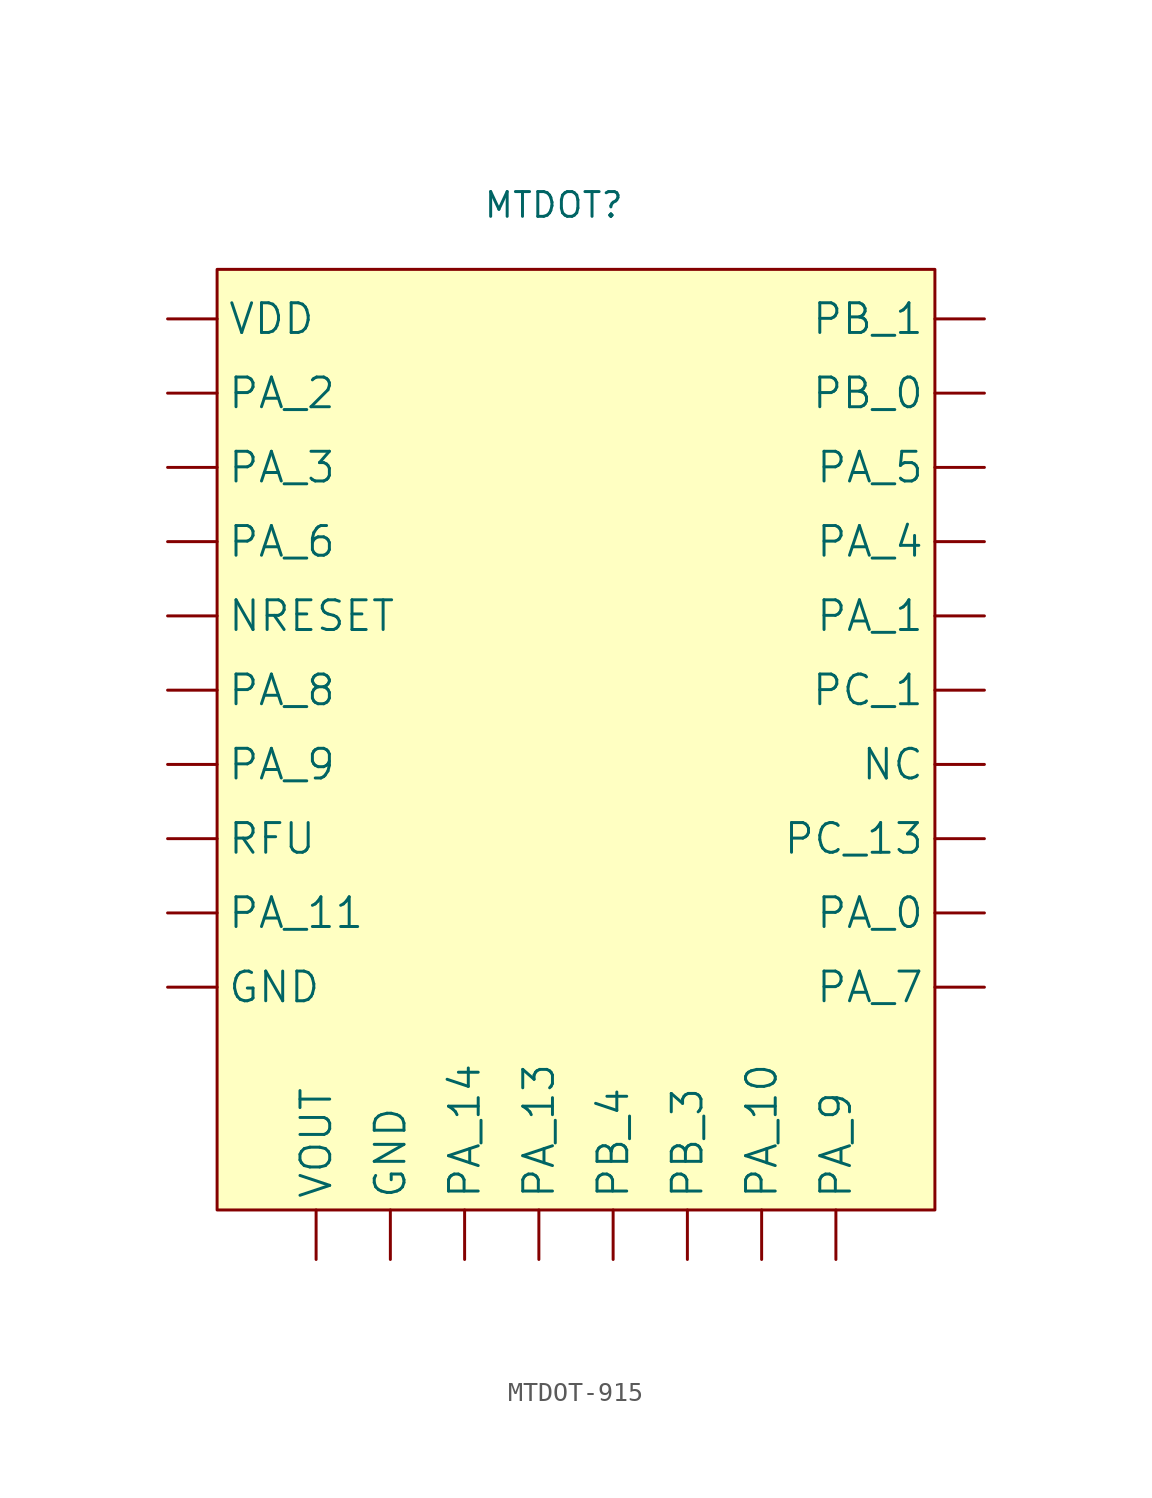
<source format=kicad_sym>
(kicad_symbol_lib
  (version 20241209)
  (generator "kicad_symbol_editor")
  (generator_version "9.0")
  (symbol "MTDOT-915"
    (property "Reference" "MTDOT"
      (at 17.272 51.562 0)
      (effects (font (size 1.27 1.27))))
    (property "Value" ""
      (at 0 0 0)
      (effects (font (size 1.27 1.27))))
    (symbol "MTDOT-915_1_0"
      (pin input line (at -2.54 45.72 0) (length 2.54) (name "VDD" (effects (font (size 1.524 1.524)))) (number "" (effects (font (size 0 0)))))
      (pin input line (at -2.54 41.91 0) (length 2.54) (name "PA_2" (effects (font (size 1.524 1.524)))) (number "" (effects (font (size 0 0)))))
      (pin input line (at -2.54 38.1 0) (length 2.54) (name "PA_3" (effects (font (size 1.524 1.524)))) (number "" (effects (font (size 0 0)))))
      (pin input line (at -2.54 34.29 0) (length 2.54) (name "PA_6" (effects (font (size 1.524 1.524)))) (number "" (effects (font (size 0 0)))))
      (pin input line (at -2.54 30.48 0) (length 2.54) (name "NRESET" (effects (font (size 1.524 1.524)))) (number "" (effects (font (size 0 0)))))
      (pin input line (at -2.54 26.67 0) (length 2.54) (name "PA_8" (effects (font (size 1.524 1.524)))) (number "" (effects (font (size 0 0)))))
      (pin input line (at -2.54 22.86 0) (length 2.54) (name "PA_9" (effects (font (size 1.524 1.524)))) (number "" (effects (font (size 0 0)))))
      (pin input line (at -2.54 19.05 0) (length 2.54) (name "RFU" (effects (font (size 1.524 1.524)))) (number "" (effects (font (size 0 0)))))
      (pin input line (at -2.54 15.24 0) (length 2.54) (name "PA_11" (effects (font (size 1.524 1.524)))) (number "" (effects (font (size 0 0)))))
      (pin input line (at -2.54 11.43 0) (length 2.54) (name "GND" (effects (font (size 1.524 1.524)))) (number "" (effects (font (size 0 0)))))
      (pin output line (at 5.08 -2.54 90) (length 2.54) (name "VOUT" (effects (font (size 1.524 1.524)))) (number "" (effects (font (size 0 0)))))
      (pin input line (at 8.89 -2.54 90) (length 2.54) (name "GND" (effects (font (size 1.524 1.524)))) (number "" (effects (font (size 0 0)))))
      (pin input line (at 12.7 -2.54 90) (length 2.54) (name "PA_14" (effects (font (size 1.524 1.524)))) (number "" (effects (font (size 0 0)))))
      (pin input line (at 16.51 -2.54 90) (length 2.54) (name "PA_13" (effects (font (size 1.524 1.524)))) (number "" (effects (font (size 0 0)))))
      (pin input line (at 20.32 -2.54 90) (length 2.54) (name "PB_4" (effects (font (size 1.524 1.524)))) (number "" (effects (font (size 0 0)))))
      (pin input line (at 24.13 -2.54 90) (length 2.54) (name "PB_3" (effects (font (size 1.524 1.524)))) (number "" (effects (font (size 0 0)))))
      (pin input line (at 27.94 -2.54 90) (length 2.54) (name "PA_10" (effects (font (size 1.524 1.524)))) (number "" (effects (font (size 0 0)))))
      (pin input line (at 31.75 -2.54 90) (length 2.54) (name "PA_9" (effects (font (size 1.524 1.524)))) (number "" (effects (font (size 0 0)))))
      (pin input line (at 39.37 45.72 180) (length 2.54) (name "PB_1" (effects (font (size 1.524 1.524)))) (number "" (effects (font (size 0 0)))))
      (pin input line (at 39.37 41.91 180) (length 2.54) (name "PB_0" (effects (font (size 1.524 1.524)))) (number "" (effects (font (size 0 0)))))
      (pin input line (at 39.37 38.1 180) (length 2.54) (name "PA_5" (effects (font (size 1.524 1.524)))) (number "" (effects (font (size 0 0)))))
      (pin input line (at 39.37 34.29 180) (length 2.54) (name "PA_4" (effects (font (size 1.524 1.524)))) (number "" (effects (font (size 0 0)))))
      (pin input line (at 39.37 30.48 180) (length 2.54) (name "PA_1" (effects (font (size 1.524 1.524)))) (number "" (effects (font (size 0 0)))))
      (pin input line (at 39.37 26.67 180) (length 2.54) (name "PC_1" (effects (font (size 1.524 1.524)))) (number "" (effects (font (size 0 0)))))
      (pin input line (at 39.37 22.86 180) (length 2.54) (name "NC" (effects (font (size 1.524 1.524)))) (number "" (effects (font (size 0 0)))))
      (pin input line (at 39.37 19.05 180) (length 2.54) (name "PC_13" (effects (font (size 1.524 1.524)))) (number "" (effects (font (size 0 0)))))
      (pin input line (at 39.37 15.24 180) (length 2.54) (name "PA_0" (effects (font (size 1.524 1.524)))) (number "" (effects (font (size 0 0)))))
      (pin input line (at 39.37 11.43 180) (length 2.54) (name "PA_7" (effects (font (size 1.524 1.524)))) (number "" (effects (font (size 0 0))))))
    (symbol "MTDOT-915_1_1"
      (rectangle (start 0 48.26) (end 36.83 0) (stroke (width 0) (type solid)) (fill (type background))))))
</source>
